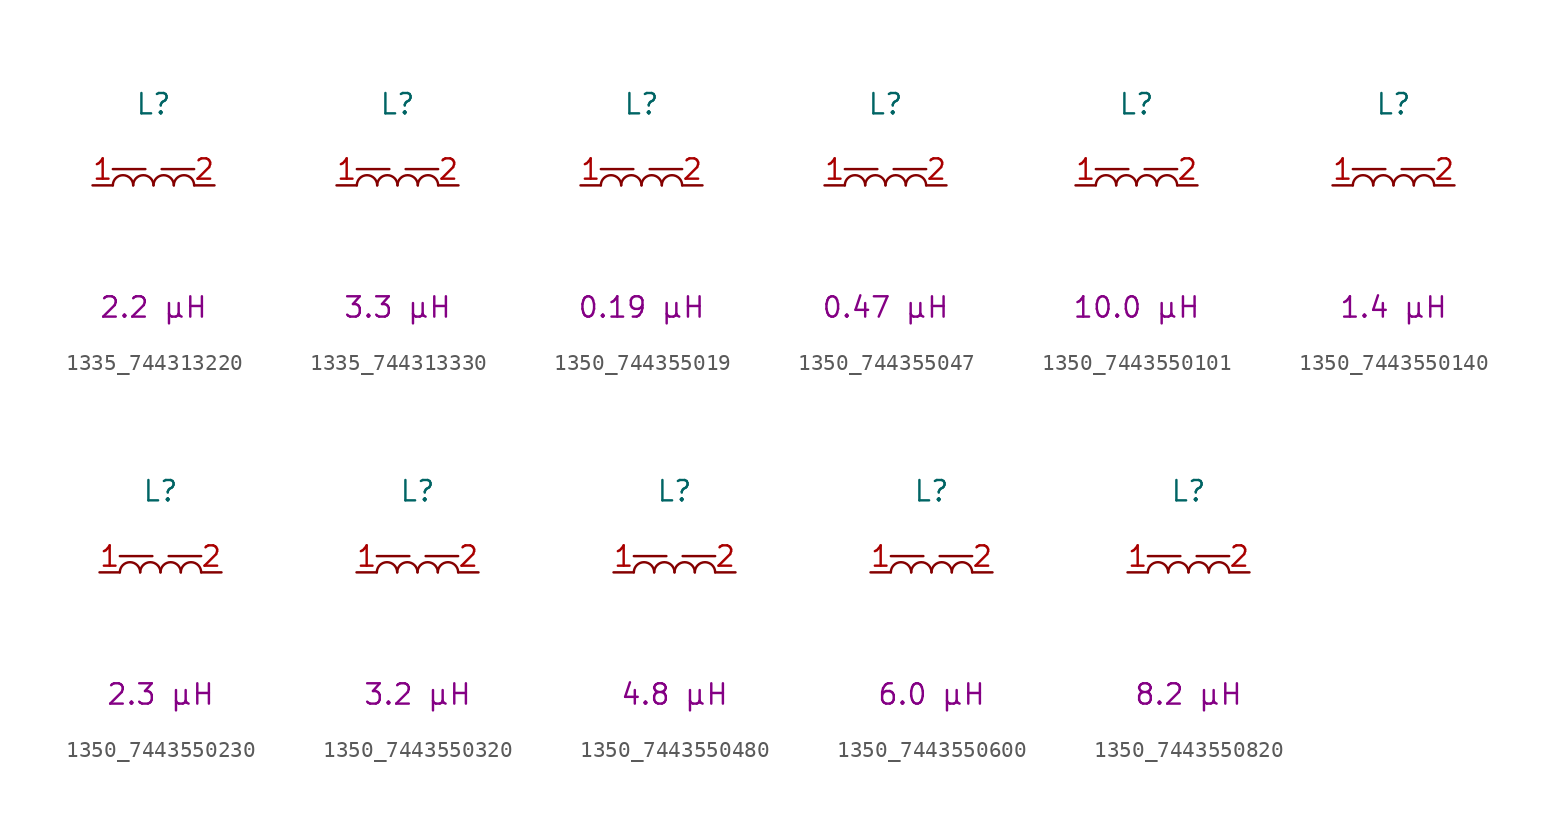
<source format=kicad_sym>
(kicad_symbol_lib
  (version 20220914)
  (generator kicad_symbol_editor)
  (symbol "1335_744313220"
    (pin_names hide)
    (property "Reference" "L"
      (at 0 5.08 0)
      (effects (font (size 1.27 1.27))))
    (property "Critical Parameter" "2.2 µH"
      (at 0 -7.62 0)
      (effects (font (size 1.27 1.27))))
    (symbol "1335_744313220_0_1"
      (arc (start -1.27 0) (mid -1.905 0.6323) (end -2.54 0) (stroke (width 0) (type default)) (fill (type none)))
      (arc (start 0 0) (mid -0.635 0.6323) (end -1.27 0) (stroke (width 0) (type default)) (fill (type none)))
      (polyline (pts (xy -2.54 1.016) (xy -0.508 1.016)) (stroke (width 0) (type default)) (fill (type none)))
      (arc (start 1.27 0) (mid 0.635 0.6323) (end 0 0) (stroke (width 0) (type default)) (fill (type none)))
      (arc (start 2.54 0) (mid 1.905 0.6323) (end 1.27 0) (stroke (width 0) (type default)) (fill (type none))))
    (symbol "1335_744313220_1_1"
      (polyline (pts (xy 2.54 1.016) (xy 0.508 1.016)) (stroke (width 0) (type default)) (fill (type none)))
      (pin passive line (at -3.81 0 0) (length 1.27) (name "1" (effects (font (size 1.27 1.27)))) (number "1" (effects (font (size 1.27 1.27)))))
      (pin passive line (at 3.81 0 180) (length 1.27) (name "2" (effects (font (size 1.27 1.27)))) (number "2" (effects (font (size 1.27 1.27)))))))
  (symbol "1335_744313330"
    (pin_names hide)
    (property "Reference" "L"
      (at 0 5.08 0)
      (effects (font (size 1.27 1.27))))
    (property "Critical Parameter" "3.3 µH"
      (at 0 -7.62 0)
      (effects (font (size 1.27 1.27))))
    (symbol "1335_744313330_0_1"
      (arc (start -1.27 0) (mid -1.905 0.6323) (end -2.54 0) (stroke (width 0) (type default)) (fill (type none)))
      (arc (start 0 0) (mid -0.635 0.6323) (end -1.27 0) (stroke (width 0) (type default)) (fill (type none)))
      (polyline (pts (xy -2.54 1.016) (xy -0.508 1.016)) (stroke (width 0) (type default)) (fill (type none)))
      (arc (start 1.27 0) (mid 0.635 0.6323) (end 0 0) (stroke (width 0) (type default)) (fill (type none)))
      (arc (start 2.54 0) (mid 1.905 0.6323) (end 1.27 0) (stroke (width 0) (type default)) (fill (type none))))
    (symbol "1335_744313330_1_1"
      (polyline (pts (xy 2.54 1.016) (xy 0.508 1.016)) (stroke (width 0) (type default)) (fill (type none)))
      (pin passive line (at -3.81 0 0) (length 1.27) (name "1" (effects (font (size 1.27 1.27)))) (number "1" (effects (font (size 1.27 1.27)))))
      (pin passive line (at 3.81 0 180) (length 1.27) (name "2" (effects (font (size 1.27 1.27)))) (number "2" (effects (font (size 1.27 1.27)))))))
  (symbol "1350_744355019"
    (pin_names hide)
    (property "Reference" "L"
      (at 0 5.08 0)
      (effects (font (size 1.27 1.27))))
    (property "Critical Parameter" "0.19 µH"
      (at 0 -7.62 0)
      (effects (font (size 1.27 1.27))))
    (symbol "1350_744355019_0_1"
      (arc (start -1.27 0) (mid -1.905 0.6323) (end -2.54 0) (stroke (width 0) (type default)) (fill (type none)))
      (arc (start 0 0) (mid -0.635 0.6323) (end -1.27 0) (stroke (width 0) (type default)) (fill (type none)))
      (polyline (pts (xy -2.54 1.016) (xy -0.508 1.016)) (stroke (width 0) (type default)) (fill (type none)))
      (arc (start 1.27 0) (mid 0.635 0.6323) (end 0 0) (stroke (width 0) (type default)) (fill (type none)))
      (arc (start 2.54 0) (mid 1.905 0.6323) (end 1.27 0) (stroke (width 0) (type default)) (fill (type none))))
    (symbol "1350_744355019_1_1"
      (polyline (pts (xy 2.54 1.016) (xy 0.508 1.016)) (stroke (width 0) (type default)) (fill (type none)))
      (pin passive line (at -3.81 0 0) (length 1.27) (name "1" (effects (font (size 1.27 1.27)))) (number "1" (effects (font (size 1.27 1.27)))))
      (pin passive line (at 3.81 0 180) (length 1.27) (name "2" (effects (font (size 1.27 1.27)))) (number "2" (effects (font (size 1.27 1.27)))))))
  (symbol "1350_744355047"
    (pin_names hide)
    (property "Reference" "L"
      (at 0 5.08 0)
      (effects (font (size 1.27 1.27))))
    (property "Critical Parameter" "0.47 µH"
      (at 0 -7.62 0)
      (effects (font (size 1.27 1.27))))
    (symbol "1350_744355047_0_1"
      (arc (start -1.27 0) (mid -1.905 0.6323) (end -2.54 0) (stroke (width 0) (type default)) (fill (type none)))
      (arc (start 0 0) (mid -0.635 0.6323) (end -1.27 0) (stroke (width 0) (type default)) (fill (type none)))
      (polyline (pts (xy -2.54 1.016) (xy -0.508 1.016)) (stroke (width 0) (type default)) (fill (type none)))
      (arc (start 1.27 0) (mid 0.635 0.6323) (end 0 0) (stroke (width 0) (type default)) (fill (type none)))
      (arc (start 2.54 0) (mid 1.905 0.6323) (end 1.27 0) (stroke (width 0) (type default)) (fill (type none))))
    (symbol "1350_744355047_1_1"
      (polyline (pts (xy 2.54 1.016) (xy 0.508 1.016)) (stroke (width 0) (type default)) (fill (type none)))
      (pin passive line (at -3.81 0 0) (length 1.27) (name "1" (effects (font (size 1.27 1.27)))) (number "1" (effects (font (size 1.27 1.27)))))
      (pin passive line (at 3.81 0 180) (length 1.27) (name "2" (effects (font (size 1.27 1.27)))) (number "2" (effects (font (size 1.27 1.27)))))))
  (symbol "1350_7443550101"
    (pin_names hide)
    (property "Reference" "L"
      (at 0 5.08 0)
      (effects (font (size 1.27 1.27))))
    (property "Critical Parameter" "10.0 µH"
      (at 0 -7.62 0)
      (effects (font (size 1.27 1.27))))
    (symbol "1350_7443550101_0_1"
      (arc (start -1.27 0) (mid -1.905 0.6323) (end -2.54 0) (stroke (width 0) (type default)) (fill (type none)))
      (arc (start 0 0) (mid -0.635 0.6323) (end -1.27 0) (stroke (width 0) (type default)) (fill (type none)))
      (polyline (pts (xy -2.54 1.016) (xy -0.508 1.016)) (stroke (width 0) (type default)) (fill (type none)))
      (arc (start 1.27 0) (mid 0.635 0.6323) (end 0 0) (stroke (width 0) (type default)) (fill (type none)))
      (arc (start 2.54 0) (mid 1.905 0.6323) (end 1.27 0) (stroke (width 0) (type default)) (fill (type none))))
    (symbol "1350_7443550101_1_1"
      (polyline (pts (xy 2.54 1.016) (xy 0.508 1.016)) (stroke (width 0) (type default)) (fill (type none)))
      (pin passive line (at -3.81 0 0) (length 1.27) (name "1" (effects (font (size 1.27 1.27)))) (number "1" (effects (font (size 1.27 1.27)))))
      (pin passive line (at 3.81 0 180) (length 1.27) (name "2" (effects (font (size 1.27 1.27)))) (number "2" (effects (font (size 1.27 1.27)))))))
  (symbol "1350_7443550140"
    (pin_names hide)
    (property "Reference" "L"
      (at 0 5.08 0)
      (effects (font (size 1.27 1.27))))
    (property "Critical Parameter" "1.4 µH"
      (at 0 -7.62 0)
      (effects (font (size 1.27 1.27))))
    (symbol "1350_7443550140_0_1"
      (arc (start -1.27 0) (mid -1.905 0.6323) (end -2.54 0) (stroke (width 0) (type default)) (fill (type none)))
      (arc (start 0 0) (mid -0.635 0.6323) (end -1.27 0) (stroke (width 0) (type default)) (fill (type none)))
      (polyline (pts (xy -2.54 1.016) (xy -0.508 1.016)) (stroke (width 0) (type default)) (fill (type none)))
      (arc (start 1.27 0) (mid 0.635 0.6323) (end 0 0) (stroke (width 0) (type default)) (fill (type none)))
      (arc (start 2.54 0) (mid 1.905 0.6323) (end 1.27 0) (stroke (width 0) (type default)) (fill (type none))))
    (symbol "1350_7443550140_1_1"
      (polyline (pts (xy 2.54 1.016) (xy 0.508 1.016)) (stroke (width 0) (type default)) (fill (type none)))
      (pin passive line (at -3.81 0 0) (length 1.27) (name "1" (effects (font (size 1.27 1.27)))) (number "1" (effects (font (size 1.27 1.27)))))
      (pin passive line (at 3.81 0 180) (length 1.27) (name "2" (effects (font (size 1.27 1.27)))) (number "2" (effects (font (size 1.27 1.27)))))))
  (symbol "1350_7443550230"
    (pin_names hide)
    (property "Reference" "L"
      (at 0 5.08 0)
      (effects (font (size 1.27 1.27))))
    (property "Critical Parameter" "2.3 µH"
      (at 0 -7.62 0)
      (effects (font (size 1.27 1.27))))
    (symbol "1350_7443550230_0_1"
      (arc (start -1.27 0) (mid -1.905 0.6323) (end -2.54 0) (stroke (width 0) (type default)) (fill (type none)))
      (arc (start 0 0) (mid -0.635 0.6323) (end -1.27 0) (stroke (width 0) (type default)) (fill (type none)))
      (polyline (pts (xy -2.54 1.016) (xy -0.508 1.016)) (stroke (width 0) (type default)) (fill (type none)))
      (arc (start 1.27 0) (mid 0.635 0.6323) (end 0 0) (stroke (width 0) (type default)) (fill (type none)))
      (arc (start 2.54 0) (mid 1.905 0.6323) (end 1.27 0) (stroke (width 0) (type default)) (fill (type none))))
    (symbol "1350_7443550230_1_1"
      (polyline (pts (xy 2.54 1.016) (xy 0.508 1.016)) (stroke (width 0) (type default)) (fill (type none)))
      (pin passive line (at -3.81 0 0) (length 1.27) (name "1" (effects (font (size 1.27 1.27)))) (number "1" (effects (font (size 1.27 1.27)))))
      (pin passive line (at 3.81 0 180) (length 1.27) (name "2" (effects (font (size 1.27 1.27)))) (number "2" (effects (font (size 1.27 1.27)))))))
  (symbol "1350_7443550320"
    (pin_names hide)
    (property "Reference" "L"
      (at 0 5.08 0)
      (effects (font (size 1.27 1.27))))
    (property "Critical Parameter" "3.2 µH"
      (at 0 -7.62 0)
      (effects (font (size 1.27 1.27))))
    (symbol "1350_7443550320_0_1"
      (arc (start -1.27 0) (mid -1.905 0.6323) (end -2.54 0) (stroke (width 0) (type default)) (fill (type none)))
      (arc (start 0 0) (mid -0.635 0.6323) (end -1.27 0) (stroke (width 0) (type default)) (fill (type none)))
      (polyline (pts (xy -2.54 1.016) (xy -0.508 1.016)) (stroke (width 0) (type default)) (fill (type none)))
      (arc (start 1.27 0) (mid 0.635 0.6323) (end 0 0) (stroke (width 0) (type default)) (fill (type none)))
      (arc (start 2.54 0) (mid 1.905 0.6323) (end 1.27 0) (stroke (width 0) (type default)) (fill (type none))))
    (symbol "1350_7443550320_1_1"
      (polyline (pts (xy 2.54 1.016) (xy 0.508 1.016)) (stroke (width 0) (type default)) (fill (type none)))
      (pin passive line (at -3.81 0 0) (length 1.27) (name "1" (effects (font (size 1.27 1.27)))) (number "1" (effects (font (size 1.27 1.27)))))
      (pin passive line (at 3.81 0 180) (length 1.27) (name "2" (effects (font (size 1.27 1.27)))) (number "2" (effects (font (size 1.27 1.27)))))))
  (symbol "1350_7443550480"
    (pin_names hide)
    (property "Reference" "L"
      (at 0 5.08 0)
      (effects (font (size 1.27 1.27))))
    (property "Critical Parameter" "4.8 µH"
      (at 0 -7.62 0)
      (effects (font (size 1.27 1.27))))
    (symbol "1350_7443550480_0_1"
      (arc (start -1.27 0) (mid -1.905 0.6323) (end -2.54 0) (stroke (width 0) (type default)) (fill (type none)))
      (arc (start 0 0) (mid -0.635 0.6323) (end -1.27 0) (stroke (width 0) (type default)) (fill (type none)))
      (polyline (pts (xy -2.54 1.016) (xy -0.508 1.016)) (stroke (width 0) (type default)) (fill (type none)))
      (arc (start 1.27 0) (mid 0.635 0.6323) (end 0 0) (stroke (width 0) (type default)) (fill (type none)))
      (arc (start 2.54 0) (mid 1.905 0.6323) (end 1.27 0) (stroke (width 0) (type default)) (fill (type none))))
    (symbol "1350_7443550480_1_1"
      (polyline (pts (xy 2.54 1.016) (xy 0.508 1.016)) (stroke (width 0) (type default)) (fill (type none)))
      (pin passive line (at -3.81 0 0) (length 1.27) (name "1" (effects (font (size 1.27 1.27)))) (number "1" (effects (font (size 1.27 1.27)))))
      (pin passive line (at 3.81 0 180) (length 1.27) (name "2" (effects (font (size 1.27 1.27)))) (number "2" (effects (font (size 1.27 1.27)))))))
  (symbol "1350_7443550600"
    (pin_names hide)
    (property "Reference" "L"
      (at 0 5.08 0)
      (effects (font (size 1.27 1.27))))
    (property "Critical Parameter" "6.0 µH"
      (at 0 -7.62 0)
      (effects (font (size 1.27 1.27))))
    (symbol "1350_7443550600_0_1"
      (arc (start -1.27 0) (mid -1.905 0.6323) (end -2.54 0) (stroke (width 0) (type default)) (fill (type none)))
      (arc (start 0 0) (mid -0.635 0.6323) (end -1.27 0) (stroke (width 0) (type default)) (fill (type none)))
      (polyline (pts (xy -2.54 1.016) (xy -0.508 1.016)) (stroke (width 0) (type default)) (fill (type none)))
      (arc (start 1.27 0) (mid 0.635 0.6323) (end 0 0) (stroke (width 0) (type default)) (fill (type none)))
      (arc (start 2.54 0) (mid 1.905 0.6323) (end 1.27 0) (stroke (width 0) (type default)) (fill (type none))))
    (symbol "1350_7443550600_1_1"
      (polyline (pts (xy 2.54 1.016) (xy 0.508 1.016)) (stroke (width 0) (type default)) (fill (type none)))
      (pin passive line (at -3.81 0 0) (length 1.27) (name "1" (effects (font (size 1.27 1.27)))) (number "1" (effects (font (size 1.27 1.27)))))
      (pin passive line (at 3.81 0 180) (length 1.27) (name "2" (effects (font (size 1.27 1.27)))) (number "2" (effects (font (size 1.27 1.27)))))))
  (symbol "1350_7443550820"
    (pin_names hide)
    (property "Reference" "L"
      (at 0 5.08 0)
      (effects (font (size 1.27 1.27))))
    (property "Critical Parameter" "8.2 µH"
      (at 0 -7.62 0)
      (effects (font (size 1.27 1.27))))
    (symbol "1350_7443550820_0_1"
      (arc (start -1.27 0) (mid -1.905 0.6323) (end -2.54 0) (stroke (width 0) (type default)) (fill (type none)))
      (arc (start 0 0) (mid -0.635 0.6323) (end -1.27 0) (stroke (width 0) (type default)) (fill (type none)))
      (polyline (pts (xy -2.54 1.016) (xy -0.508 1.016)) (stroke (width 0) (type default)) (fill (type none)))
      (arc (start 1.27 0) (mid 0.635 0.6323) (end 0 0) (stroke (width 0) (type default)) (fill (type none)))
      (arc (start 2.54 0) (mid 1.905 0.6323) (end 1.27 0) (stroke (width 0) (type default)) (fill (type none))))
    (symbol "1350_7443550820_1_1"
      (polyline (pts (xy 2.54 1.016) (xy 0.508 1.016)) (stroke (width 0) (type default)) (fill (type none)))
      (pin passive line (at -3.81 0 0) (length 1.27) (name "1" (effects (font (size 1.27 1.27)))) (number "1" (effects (font (size 1.27 1.27)))))
      (pin passive line (at 3.81 0 180) (length 1.27) (name "2" (effects (font (size 1.27 1.27)))) (number "2" (effects (font (size 1.27 1.27))))))))
</source>
